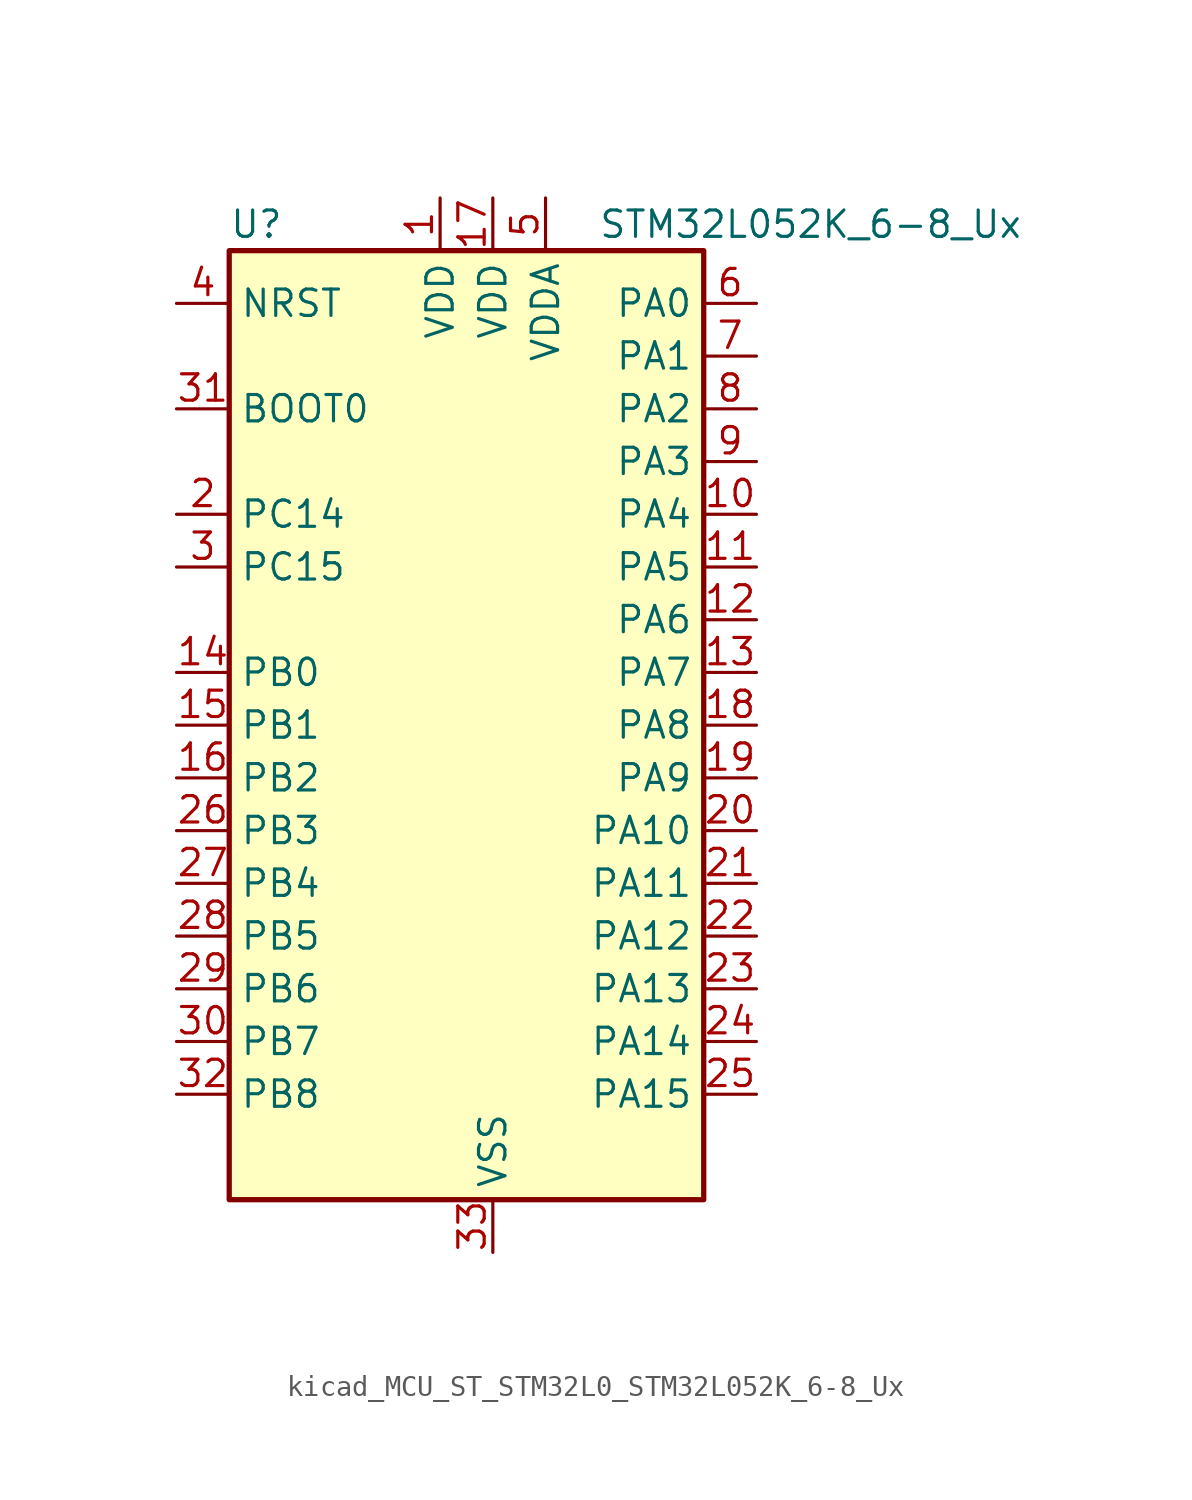
<source format=kicad_sym>
(kicad_symbol_lib
  (version 20220914)
  (generator kicad_symbol_editor)
  (symbol "kicad_MCU_ST_STM32L0_STM32L052K_6-8_Ux"
    (property "Reference" "U"
      (at -10.16 24.13 0)
      (effects (font (size 1.27 1.27)) (justify left)))
    (property "Value" "STM32L052K_6-8_Ux"
      (at 7.62 24.13 0)
      (effects (font (size 1.27 1.27)) (justify left)))
    (property "ki_locked" ""
      (at 0 0 0)
      (effects (font (size 1.27 1.27))))
    (symbol "kicad_MCU_ST_STM32L0_STM32L052K_6-8_Ux_0_1"
      (rectangle (start -10.16 -22.86) (end 12.7 22.86) (stroke (width 0.254) (type default)) (fill (type background))))
    (symbol "kicad_MCU_ST_STM32L0_STM32L052K_6-8_Ux_1_1"
      (pin power_in line (at 0 25.4 270) (length 2.54) (name "VDD" (effects (font (size 1.27 1.27)))) (number "1" (effects (font (size 1.27 1.27)))))
      (pin bidirectional line (at 15.24 10.16 180) (length 2.54) (name "PA4" (effects (font (size 1.27 1.27)))) (number "10" (effects (font (size 1.27 1.27)))) (alternate "ADC_IN4" bidirectional line) (alternate "COMP1_INM" bidirectional line) (alternate "COMP2_INM" bidirectional line) (alternate "DAC_OUT1" bidirectional line) (alternate "SPI1_NSS" bidirectional line) (alternate "TIM22_ETR" bidirectional line) (alternate "TSC_G2_IO1" bidirectional line) (alternate "USART2_CK" bidirectional line))
      (pin bidirectional line (at 15.24 7.62 180) (length 2.54) (name "PA5" (effects (font (size 1.27 1.27)))) (number "11" (effects (font (size 1.27 1.27)))) (alternate "ADC_IN5" bidirectional line) (alternate "COMP1_INM" bidirectional line) (alternate "COMP2_INM" bidirectional line) (alternate "SPI1_SCK" bidirectional line) (alternate "TIM2_CH1" bidirectional line) (alternate "TIM2_ETR" bidirectional line) (alternate "TSC_G2_IO2" bidirectional line))
      (pin bidirectional line (at 15.24 5.08 180) (length 2.54) (name "PA6" (effects (font (size 1.27 1.27)))) (number "12" (effects (font (size 1.27 1.27)))) (alternate "ADC_IN6" bidirectional line) (alternate "COMP1_OUT" bidirectional line) (alternate "SPI1_MISO" bidirectional line) (alternate "TIM22_CH1" bidirectional line) (alternate "TSC_G2_IO3" bidirectional line))
      (pin bidirectional line (at 15.24 2.54 180) (length 2.54) (name "PA7" (effects (font (size 1.27 1.27)))) (number "13" (effects (font (size 1.27 1.27)))) (alternate "ADC_IN7" bidirectional line) (alternate "COMP2_OUT" bidirectional line) (alternate "SPI1_MOSI" bidirectional line) (alternate "TIM22_CH2" bidirectional line) (alternate "TSC_G2_IO4" bidirectional line))
      (pin bidirectional line (at -12.7 2.54 0) (length 2.54) (name "PB0" (effects (font (size 1.27 1.27)))) (number "14" (effects (font (size 1.27 1.27)))) (alternate "ADC_IN8" bidirectional line) (alternate "SYS_VREF_OUT_PB0" bidirectional line) (alternate "TSC_G3_IO2" bidirectional line))
      (pin bidirectional line (at -12.7 0 0) (length 2.54) (name "PB1" (effects (font (size 1.27 1.27)))) (number "15" (effects (font (size 1.27 1.27)))) (alternate "ADC_IN9" bidirectional line) (alternate "SYS_VREF_OUT_PB1" bidirectional line) (alternate "TSC_G3_IO3" bidirectional line))
      (pin bidirectional line (at -12.7 -2.54 0) (length 2.54) (name "PB2" (effects (font (size 1.27 1.27)))) (number "16" (effects (font (size 1.27 1.27)))) (alternate "LPTIM1_OUT" bidirectional line) (alternate "TSC_G3_IO4" bidirectional line))
      (pin power_in line (at 2.54 25.4 270) (length 2.54) (name "VDD" (effects (font (size 1.27 1.27)))) (number "17" (effects (font (size 1.27 1.27)))))
      (pin bidirectional line (at 15.24 0 180) (length 2.54) (name "PA8" (effects (font (size 1.27 1.27)))) (number "18" (effects (font (size 1.27 1.27)))) (alternate "CRS_SYNC" bidirectional line) (alternate "RCC_MCO" bidirectional line) (alternate "USART1_CK" bidirectional line))
      (pin bidirectional line (at 15.24 -2.54 180) (length 2.54) (name "PA9" (effects (font (size 1.27 1.27)))) (number "19" (effects (font (size 1.27 1.27)))) (alternate "DAC_EXTI9" bidirectional line) (alternate "RCC_MCO" bidirectional line) (alternate "TSC_G4_IO1" bidirectional line) (alternate "USART1_TX" bidirectional line))
      (pin bidirectional line (at -12.7 10.16 0) (length 2.54) (name "PC14" (effects (font (size 1.27 1.27)))) (number "2" (effects (font (size 1.27 1.27)))) (alternate "RCC_OSC32_IN" bidirectional line))
      (pin bidirectional line (at 15.24 -5.08 180) (length 2.54) (name "PA10" (effects (font (size 1.27 1.27)))) (number "20" (effects (font (size 1.27 1.27)))) (alternate "TSC_G4_IO2" bidirectional line) (alternate "USART1_RX" bidirectional line))
      (pin bidirectional line (at 15.24 -7.62 180) (length 2.54) (name "PA11" (effects (font (size 1.27 1.27)))) (number "21" (effects (font (size 1.27 1.27)))) (alternate "ADC_EXTI11" bidirectional line) (alternate "COMP1_OUT" bidirectional line) (alternate "SPI1_MISO" bidirectional line) (alternate "TSC_G4_IO3" bidirectional line) (alternate "USART1_CTS" bidirectional line) (alternate "USB_DM" bidirectional line))
      (pin bidirectional line (at 15.24 -10.16 180) (length 2.54) (name "PA12" (effects (font (size 1.27 1.27)))) (number "22" (effects (font (size 1.27 1.27)))) (alternate "COMP2_OUT" bidirectional line) (alternate "SPI1_MOSI" bidirectional line) (alternate "TSC_G4_IO4" bidirectional line) (alternate "USART1_DE" bidirectional line) (alternate "USART1_RTS" bidirectional line) (alternate "USB_DP" bidirectional line))
      (pin bidirectional line (at 15.24 -12.7 180) (length 2.54) (name "PA13" (effects (font (size 1.27 1.27)))) (number "23" (effects (font (size 1.27 1.27)))) (alternate "SYS_SWDIO" bidirectional line) (alternate "USB_NOE" bidirectional line))
      (pin bidirectional line (at 15.24 -15.24 180) (length 2.54) (name "PA14" (effects (font (size 1.27 1.27)))) (number "24" (effects (font (size 1.27 1.27)))) (alternate "SYS_SWCLK" bidirectional line) (alternate "USART2_TX" bidirectional line))
      (pin bidirectional line (at 15.24 -17.78 180) (length 2.54) (name "PA15" (effects (font (size 1.27 1.27)))) (number "25" (effects (font (size 1.27 1.27)))) (alternate "SPI1_NSS" bidirectional line) (alternate "TIM2_CH1" bidirectional line) (alternate "TIM2_ETR" bidirectional line) (alternate "USART2_RX" bidirectional line))
      (pin bidirectional line (at -12.7 -5.08 0) (length 2.54) (name "PB3" (effects (font (size 1.27 1.27)))) (number "26" (effects (font (size 1.27 1.27)))) (alternate "COMP2_INM" bidirectional line) (alternate "SPI1_SCK" bidirectional line) (alternate "TIM2_CH2" bidirectional line) (alternate "TSC_G5_IO1" bidirectional line))
      (pin bidirectional line (at -12.7 -7.62 0) (length 2.54) (name "PB4" (effects (font (size 1.27 1.27)))) (number "27" (effects (font (size 1.27 1.27)))) (alternate "COMP2_INP" bidirectional line) (alternate "SPI1_MISO" bidirectional line) (alternate "TIM22_CH1" bidirectional line) (alternate "TSC_G5_IO2" bidirectional line))
      (pin bidirectional line (at -12.7 -10.16 0) (length 2.54) (name "PB5" (effects (font (size 1.27 1.27)))) (number "28" (effects (font (size 1.27 1.27)))) (alternate "COMP2_INP" bidirectional line) (alternate "I2C1_SMBA" bidirectional line) (alternate "LPTIM1_IN1" bidirectional line) (alternate "SPI1_MOSI" bidirectional line) (alternate "TIM22_CH2" bidirectional line))
      (pin bidirectional line (at -12.7 -12.7 0) (length 2.54) (name "PB6" (effects (font (size 1.27 1.27)))) (number "29" (effects (font (size 1.27 1.27)))) (alternate "COMP2_INP" bidirectional line) (alternate "I2C1_SCL" bidirectional line) (alternate "LPTIM1_ETR" bidirectional line) (alternate "TSC_G5_IO3" bidirectional line) (alternate "USART1_TX" bidirectional line))
      (pin bidirectional line (at -12.7 7.62 0) (length 2.54) (name "PC15" (effects (font (size 1.27 1.27)))) (number "3" (effects (font (size 1.27 1.27)))) (alternate "RCC_OSC32_OUT" bidirectional line))
      (pin bidirectional line (at -12.7 -15.24 0) (length 2.54) (name "PB7" (effects (font (size 1.27 1.27)))) (number "30" (effects (font (size 1.27 1.27)))) (alternate "COMP2_INP" bidirectional line) (alternate "I2C1_SDA" bidirectional line) (alternate "LPTIM1_IN2" bidirectional line) (alternate "SYS_PVD_IN" bidirectional line) (alternate "TSC_G5_IO4" bidirectional line) (alternate "USART1_RX" bidirectional line))
      (pin input line (at -12.7 15.24 0) (length 2.54) (name "BOOT0" (effects (font (size 1.27 1.27)))) (number "31" (effects (font (size 1.27 1.27)))))
      (pin bidirectional line (at -12.7 -17.78 0) (length 2.54) (name "PB8" (effects (font (size 1.27 1.27)))) (number "32" (effects (font (size 1.27 1.27)))) (alternate "I2C1_SCL" bidirectional line) (alternate "TSC_SYNC" bidirectional line))
      (pin power_in line (at 2.54 -25.4 90) (length 2.54) (name "VSS" (effects (font (size 1.27 1.27)))) (number "33" (effects (font (size 1.27 1.27)))))
      (pin input line (at -12.7 20.32 0) (length 2.54) (name "NRST" (effects (font (size 1.27 1.27)))) (number "4" (effects (font (size 1.27 1.27)))))
      (pin power_in line (at 5.08 25.4 270) (length 2.54) (name "VDDA" (effects (font (size 1.27 1.27)))) (number "5" (effects (font (size 1.27 1.27)))))
      (pin bidirectional line (at 15.24 20.32 180) (length 2.54) (name "PA0" (effects (font (size 1.27 1.27)))) (number "6" (effects (font (size 1.27 1.27)))) (alternate "ADC_IN0" bidirectional line) (alternate "COMP1_INM" bidirectional line) (alternate "COMP1_OUT" bidirectional line) (alternate "RTC_TAMP2" bidirectional line) (alternate "SYS_WKUP1" bidirectional line) (alternate "TIM2_CH1" bidirectional line) (alternate "TIM2_ETR" bidirectional line) (alternate "TSC_G1_IO1" bidirectional line) (alternate "USART2_CTS" bidirectional line))
      (pin bidirectional line (at 15.24 17.78 180) (length 2.54) (name "PA1" (effects (font (size 1.27 1.27)))) (number "7" (effects (font (size 1.27 1.27)))) (alternate "ADC_IN1" bidirectional line) (alternate "COMP1_INP" bidirectional line) (alternate "TIM21_ETR" bidirectional line) (alternate "TIM2_CH2" bidirectional line) (alternate "TSC_G1_IO2" bidirectional line) (alternate "USART2_DE" bidirectional line) (alternate "USART2_RTS" bidirectional line))
      (pin bidirectional line (at 15.24 15.24 180) (length 2.54) (name "PA2" (effects (font (size 1.27 1.27)))) (number "8" (effects (font (size 1.27 1.27)))) (alternate "ADC_IN2" bidirectional line) (alternate "COMP2_INM" bidirectional line) (alternate "COMP2_OUT" bidirectional line) (alternate "TIM21_CH1" bidirectional line) (alternate "TIM2_CH3" bidirectional line) (alternate "TSC_G1_IO3" bidirectional line) (alternate "USART2_TX" bidirectional line))
      (pin bidirectional line (at 15.24 12.7 180) (length 2.54) (name "PA3" (effects (font (size 1.27 1.27)))) (number "9" (effects (font (size 1.27 1.27)))) (alternate "ADC_IN3" bidirectional line) (alternate "COMP2_INP" bidirectional line) (alternate "TIM21_CH2" bidirectional line) (alternate "TIM2_CH4" bidirectional line) (alternate "TSC_G1_IO4" bidirectional line) (alternate "USART2_RX" bidirectional line)))))
</source>
